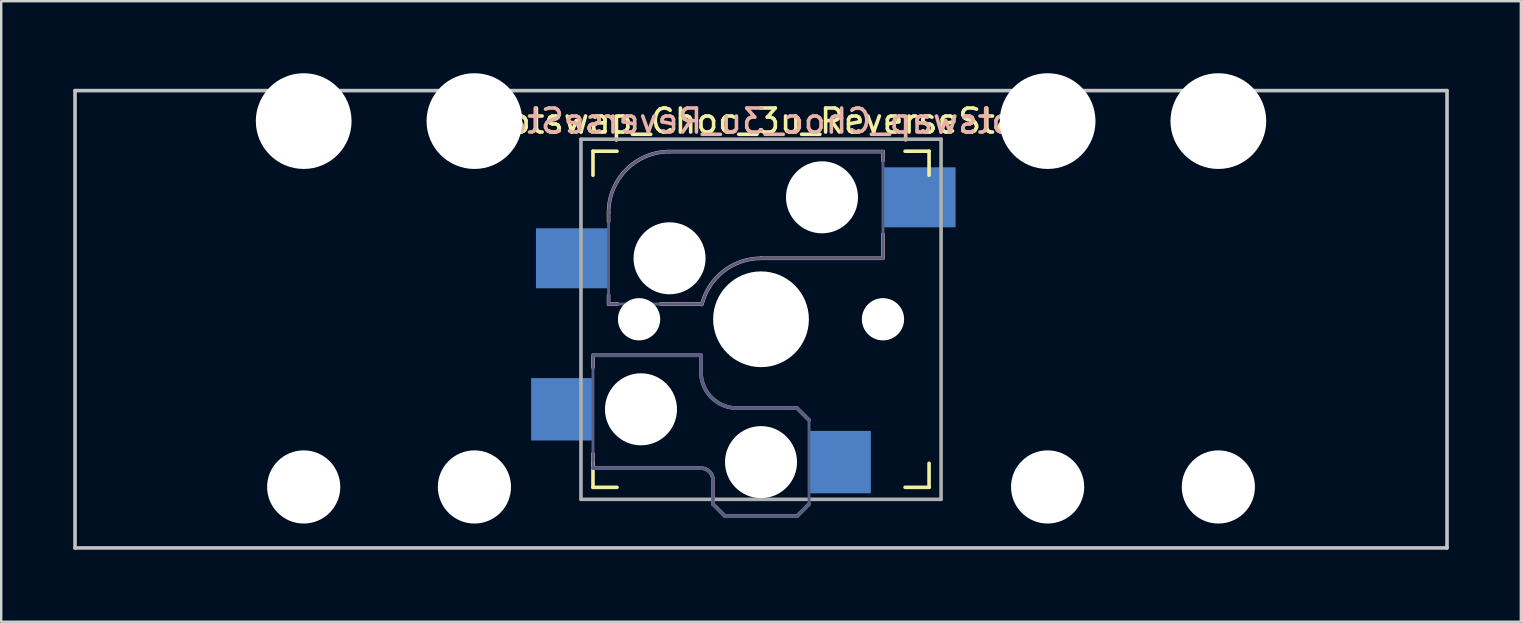
<source format=kicad_pcb>
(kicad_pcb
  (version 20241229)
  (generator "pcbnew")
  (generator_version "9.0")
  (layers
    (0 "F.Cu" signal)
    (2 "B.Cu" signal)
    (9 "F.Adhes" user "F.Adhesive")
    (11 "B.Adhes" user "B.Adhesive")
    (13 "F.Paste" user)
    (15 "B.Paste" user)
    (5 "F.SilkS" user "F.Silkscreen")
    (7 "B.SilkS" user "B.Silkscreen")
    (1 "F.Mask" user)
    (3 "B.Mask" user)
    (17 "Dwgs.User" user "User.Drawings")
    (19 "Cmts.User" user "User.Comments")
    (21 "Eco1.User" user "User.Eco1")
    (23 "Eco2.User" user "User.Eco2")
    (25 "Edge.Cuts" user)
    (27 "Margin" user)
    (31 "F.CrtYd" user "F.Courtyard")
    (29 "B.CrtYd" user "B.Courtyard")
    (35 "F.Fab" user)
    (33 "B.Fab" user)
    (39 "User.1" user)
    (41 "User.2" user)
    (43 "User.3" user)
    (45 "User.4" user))
  (footprint "Hotswap_Choc_3u_ReverseStab"
    (layer "F.Cu")
    (at 28.65 10.249)
    (property "Reference" "Hotswap_Choc_3u_ReverseStab" (at 0 -8.255 0) (layer "F.SilkS") (effects (font (size 1 1) (thickness 0.15))))
    (attr through_hole)
    (fp_line (start -7 -6) (end -7 -7) (stroke (width 0.15) (type solid)) (layer "F.SilkS"))
    (fp_line (start -7 7) (end -7 6) (stroke (width 0.15) (type solid)) (layer "F.SilkS"))
    (fp_line (start -7 7) (end -6 7) (stroke (width 0.15) (type solid)) (layer "F.SilkS"))
    (fp_line (start -6 -7) (end -7 -7) (stroke (width 0.15) (type solid)) (layer "F.SilkS"))
    (fp_line (start 6 7) (end 7 7) (stroke (width 0.15) (type solid)) (layer "F.SilkS"))
    (fp_line (start 7 -7) (end 6 -7) (stroke (width 0.15) (type solid)) (layer "F.SilkS"))
    (fp_line (start 7 -7) (end 7 -6) (stroke (width 0.15) (type solid)) (layer "F.SilkS"))
    (fp_line (start 7 6) (end 7 7) (stroke (width 0.15) (type solid)) (layer "F.SilkS"))
    (fp_line (start -7 1.5) (end -7 2) (stroke (width 0.15) (type solid)) (layer "B.SilkS"))
    (fp_line (start -7 5.6) (end -7 6.2) (stroke (width 0.15) (type solid)) (layer "B.SilkS"))
    (fp_line (start -7 6.2) (end -2.5 6.2) (stroke (width 0.15) (type solid)) (layer "B.SilkS"))
    (fp_line (start -6.35 -4.445) (end -6.35 -4.064) (stroke (width 0.15) (type solid)) (layer "B.SilkS"))
    (fp_line (start -6.35 -1.016) (end -6.35 -0.635) (stroke (width 0.15) (type solid)) (layer "B.SilkS"))
    (fp_line (start -6.35 -0.635) (end -5.969 -0.635) (stroke (width 0.15) (type solid)) (layer "B.SilkS"))
    (fp_line (start -4.191 -0.635) (end -2.54 -0.635) (stroke (width 0.15) (type solid)) (layer "B.SilkS"))
    (fp_line (start -2.5 1.5) (end -7 1.5) (stroke (width 0.15) (type solid)) (layer "B.SilkS"))
    (fp_line (start -2.5 2.2) (end -2.5 1.5) (stroke (width 0.15) (type solid)) (layer "B.SilkS"))
    (fp_line (start -2 6.7) (end -2 7.7) (stroke (width 0.15) (type solid)) (layer "B.SilkS"))
    (fp_line (start -1.5 8.2) (end -2 7.7) (stroke (width 0.15) (type solid)) (layer "B.SilkS"))
    (fp_line (start 0 -2.54) (end 5.08 -2.54) (stroke (width 0.15) (type solid)) (layer "B.SilkS"))
    (fp_line (start 1.5 3.7) (end -1 3.7) (stroke (width 0.15) (type solid)) (layer "B.SilkS"))
    (fp_line (start 1.5 8.2) (end -1.5 8.2) (stroke (width 0.15) (type solid)) (layer "B.SilkS"))
    (fp_line (start 2 4.2) (end 1.5 3.7) (stroke (width 0.15) (type solid)) (layer "B.SilkS"))
    (fp_line (start 2 7.7) (end 1.5 8.2) (stroke (width 0.15) (type solid)) (layer "B.SilkS"))
    (fp_line (start 5.08 -6.985) (end -3.81 -6.985) (stroke (width 0.15) (type solid)) (layer "B.SilkS"))
    (fp_line (start 5.08 -6.604) (end 5.08 -6.985) (stroke (width 0.15) (type solid)) (layer "B.SilkS"))
    (fp_line (start 5.08 -2.54) (end 5.08 -3.556) (stroke (width 0.15) (type solid)) (layer "B.SilkS"))
    (fp_arc (start -6.35 -4.445) (mid -5.606051 -6.241051) (end -3.81 -6.985) (stroke (width 0.15) (type solid)) (layer "B.SilkS"))
    (fp_arc (start -2.5 6.2) (mid -2.146447 6.346447) (end -2 6.7) (stroke (width 0.15) (type solid)) (layer "B.SilkS"))
    (fp_arc (start -2.464162 -0.61604) (mid -1.563147 -2.002042) (end 0 -2.54) (stroke (width 0.15) (type solid)) (layer "B.SilkS"))
    (fp_arc (start -1 3.7) (mid -2.06066 3.26066) (end -2.5 2.2) (stroke (width 0.15) (type solid)) (layer "B.SilkS"))
    (fp_line (start -28.575 -9.525) (end 28.575 -9.525) (stroke (width 0.15) (type solid)) (layer "Dwgs.User"))
    (fp_line (start -28.575 9.525) (end -28.575 -9.525) (stroke (width 0.15) (type solid)) (layer "Dwgs.User"))
    (fp_line (start -28.575 9.525) (end 28.575 9.525) (stroke (width 0.15) (type solid)) (layer "Dwgs.User"))
    (fp_line (start 28.575 -9.525) (end 28.575 9.525) (stroke (width 0.15) (type solid)) (layer "Dwgs.User"))
    (fp_line (start -20.701 -6.096) (end -20.701 5.334) (stroke (width 0.152) (type solid)) (layer "Eco2.User"))
    (fp_line (start -20.701 5.334) (end -17.399 5.334) (stroke (width 0.152) (type solid)) (layer "Eco2.User"))
    (fp_line (start -17.399 -6.096) (end -20.701 -6.096) (stroke (width 0.152) (type solid)) (layer "Eco2.User"))
    (fp_line (start -17.399 5.334) (end -17.399 -6.096) (stroke (width 0.152) (type solid)) (layer "Eco2.User"))
    (fp_line (start -13.589 -6.096) (end -13.589 5.334) (stroke (width 0.152) (type solid)) (layer "Eco2.User"))
    (fp_line (start -13.589 5.334) (end -10.287 5.334) (stroke (width 0.152) (type solid)) (layer "Eco2.User"))
    (fp_line (start -10.287 -6.096) (end -13.589 -6.096) (stroke (width 0.152) (type solid)) (layer "Eco2.User"))
    (fp_line (start -10.287 5.334) (end -10.287 -6.096) (stroke (width 0.152) (type solid)) (layer "Eco2.User"))
    (fp_line (start -6.9 6.9) (end -6.9 -6.9) (stroke (width 0.15) (type solid)) (layer "Eco2.User"))
    (fp_line (start -6.9 6.9) (end 6.9 6.9) (stroke (width 0.15) (type solid)) (layer "Eco2.User"))
    (fp_line (start 6.9 -6.9) (end -6.9 -6.9) (stroke (width 0.15) (type solid)) (layer "Eco2.User"))
    (fp_line (start 6.9 -6.9) (end 6.9 6.9) (stroke (width 0.15) (type solid)) (layer "Eco2.User"))
    (fp_line (start 10.287 -6.096) (end 10.287 5.334) (stroke (width 0.152) (type solid)) (layer "Eco2.User"))
    (fp_line (start 10.287 5.334) (end 13.589 5.334) (stroke (width 0.152) (type solid)) (layer "Eco2.User"))
    (fp_line (start 13.589 -6.096) (end 10.287 -6.096) (stroke (width 0.152) (type solid)) (layer "Eco2.User"))
    (fp_line (start 13.589 5.334) (end 13.589 -6.096) (stroke (width 0.152) (type solid)) (layer "Eco2.User"))
    (fp_line (start 17.399 -6.096) (end 17.399 5.334) (stroke (width 0.152) (type solid)) (layer "Eco2.User"))
    (fp_line (start 17.399 5.334) (end 20.701 5.334) (stroke (width 0.152) (type solid)) (layer "Eco2.User"))
    (fp_line (start 20.701 -6.096) (end 17.399 -6.096) (stroke (width 0.152) (type solid)) (layer "Eco2.User"))
    (fp_line (start 20.701 5.334) (end 20.701 -6.096) (stroke (width 0.152) (type solid)) (layer "Eco2.User"))
    (fp_line (start -7 1.5) (end -7 6.2) (stroke (width 0.12) (type solid)) (layer "B.Fab"))
    (fp_line (start -7 6.2) (end -2.5 6.2) (stroke (width 0.15) (type solid)) (layer "B.Fab"))
    (fp_line (start -6.35 -4.445) (end -6.35 -0.635) (stroke (width 0.12) (type solid)) (layer "B.Fab"))
    (fp_line (start -6.35 -0.635) (end -2.54 -0.635) (stroke (width 0.12) (type solid)) (layer "B.Fab"))
    (fp_line (start -2.5 1.5) (end -7 1.5) (stroke (width 0.15) (type solid)) (layer "B.Fab"))
    (fp_line (start -2.5 2.2) (end -2.5 1.5) (stroke (width 0.15) (type solid)) (layer "B.Fab"))
    (fp_line (start -2 6.7) (end -2 7.7) (stroke (width 0.15) (type solid)) (layer "B.Fab"))
    (fp_line (start -1.5 8.2) (end -2 7.7) (stroke (width 0.15) (type solid)) (layer "B.Fab"))
    (fp_line (start 0 -2.54) (end 5.08 -2.54) (stroke (width 0.12) (type solid)) (layer "B.Fab"))
    (fp_line (start 1.5 3.7) (end -1 3.7) (stroke (width 0.15) (type solid)) (layer "B.Fab"))
    (fp_line (start 1.5 8.2) (end -1.5 8.2) (stroke (width 0.15) (type solid)) (layer "B.Fab"))
    (fp_line (start 2 4.2) (end 1.5 3.7) (stroke (width 0.15) (type solid)) (layer "B.Fab"))
    (fp_line (start 2 4.25) (end 2 7.7) (stroke (width 0.12) (type solid)) (layer "B.Fab"))
    (fp_line (start 2 7.7) (end 1.5 8.2) (stroke (width 0.15) (type solid)) (layer "B.Fab"))
    (fp_line (start 5.08 -6.985) (end -3.81 -6.985) (stroke (width 0.12) (type solid)) (layer "B.Fab"))
    (fp_line (start 5.08 -2.54) (end 5.08 -6.985) (stroke (width 0.12) (type solid)) (layer "B.Fab"))
    (fp_arc (start -6.35 -4.445) (mid -5.606051 -6.241051) (end -3.81 -6.985) (stroke (width 0.12) (type solid)) (layer "B.Fab"))
    (fp_arc (start -2.5 6.2) (mid -2.146447 6.346447) (end -2 6.7) (stroke (width 0.15) (type solid)) (layer "B.Fab"))
    (fp_arc (start -2.464162 -0.61604) (mid -1.563147 -2.002042) (end 0 -2.54) (stroke (width 0.12) (type solid)) (layer "B.Fab"))
    (fp_arc (start -1 3.7) (mid -2.06066 3.26066) (end -2.5 2.2) (stroke (width 0.15) (type solid)) (layer "B.Fab"))
    (fp_line (start -7.5 -7.5) (end 7.5 -7.5) (stroke (width 0.15) (type solid)) (layer "F.Fab"))
    (fp_line (start -7.5 7.5) (end -7.5 -7.5) (stroke (width 0.15) (type solid)) (layer "F.Fab"))
    (fp_line (start 7.5 -7.5) (end 7.5 7.5) (stroke (width 0.15) (type solid)) (layer "F.Fab"))
    (fp_line (start 7.5 7.5) (end -7.5 7.5) (stroke (width 0.15) (type solid)) (layer "F.Fab"))
    (fp_text user "${REFERENCE}" (at 0 -8.255 0) (layer "B.SilkS") (effects (font (size 1 1) (thickness 0.15)) (justify mirror)))
    (pad "" np_thru_hole circle (at -19.05 -8.255 180) (size 3.988 3.988) (drill 3.988) (layers "*.Cu" "*.Mask"))
    (pad "" np_thru_hole circle (at -19.05 6.985 180) (size 3.048 3.048) (drill 3.048) (layers "*.Cu" "*.Mask"))
    (pad "" np_thru_hole circle (at -11.938 -8.255 180) (size 3.988 3.988) (drill 3.988) (layers "*.Cu" "*.Mask"))
    (pad "" np_thru_hole circle (at -11.938 6.985 180) (size 3.048 3.048) (drill 3.048) (layers "*.Cu" "*.Mask"))
    (pad "" np_thru_hole circle (at -5.08 0 180) (size 1.76 1.76) (drill 1.76) (layers "*.Cu" "*.Mask"))
    (pad "" np_thru_hole circle (at -5 3.75) (size 3 3) (drill 3) (layers "*.Cu" "*.Mask"))
    (pad "" np_thru_hole circle (at -3.81 -2.54 180) (size 3 3) (drill 3) (layers "*.Cu" "*.Mask"))
    (pad "" np_thru_hole circle (at 0 0 180) (size 3.988 3.988) (drill 3.988) (layers "*.Cu" "*.Mask"))
    (pad "" np_thru_hole circle (at 0 5.95) (size 3 3) (drill 3) (layers "*.Cu" "*.Mask"))
    (pad "" np_thru_hole circle (at 2.54 -5.08 180) (size 3 3) (drill 3) (layers "*.Cu" "*.Mask"))
    (pad "" np_thru_hole circle (at 5.08 0 180) (size 1.76 1.76) (drill 1.76) (layers "*.Cu" "*.Mask"))
    (pad "" np_thru_hole circle (at 11.938 -8.255 180) (size 3.988 3.988) (drill 3.988) (layers "*.Cu" "*.Mask"))
    (pad "" np_thru_hole circle (at 11.938 6.985 180) (size 3.048 3.048) (drill 3.048) (layers "*.Cu" "*.Mask"))
    (pad "" np_thru_hole circle (at 19.05 -8.255 180) (size 3.988 3.988) (drill 3.988) (layers "*.Cu" "*.Mask"))
    (pad "" np_thru_hole circle (at 19.05 6.985 180) (size 3.048 3.048) (drill 3.048) (layers "*.Cu" "*.Mask"))
    (pad "1" smd rect (at -8.275 3.75) (size 2.6 2.6) (layers "B.Cu" "B.Mask" "B.Paste"))
    (pad "1" smd rect (at -7.874 -2.54 180) (size 3 2.5) (layers "B.Cu" "B.Mask" "B.Paste"))
    (pad "2" smd rect (at 3.275 5.95) (size 2.6 2.6) (layers "B.Cu" "B.Mask" "B.Paste"))
    (pad "2" smd rect (at 6.604 -5.08 180) (size 3 2.5) (layers "B.Cu" "B.Mask" "B.Paste")))
  (gr_rect
    (start -3 -3)
    (end 60.3 22.849)
    (stroke (width 0.1) (type default))
    (fill no)
    (layer "Edge.Cuts")))
</source>
